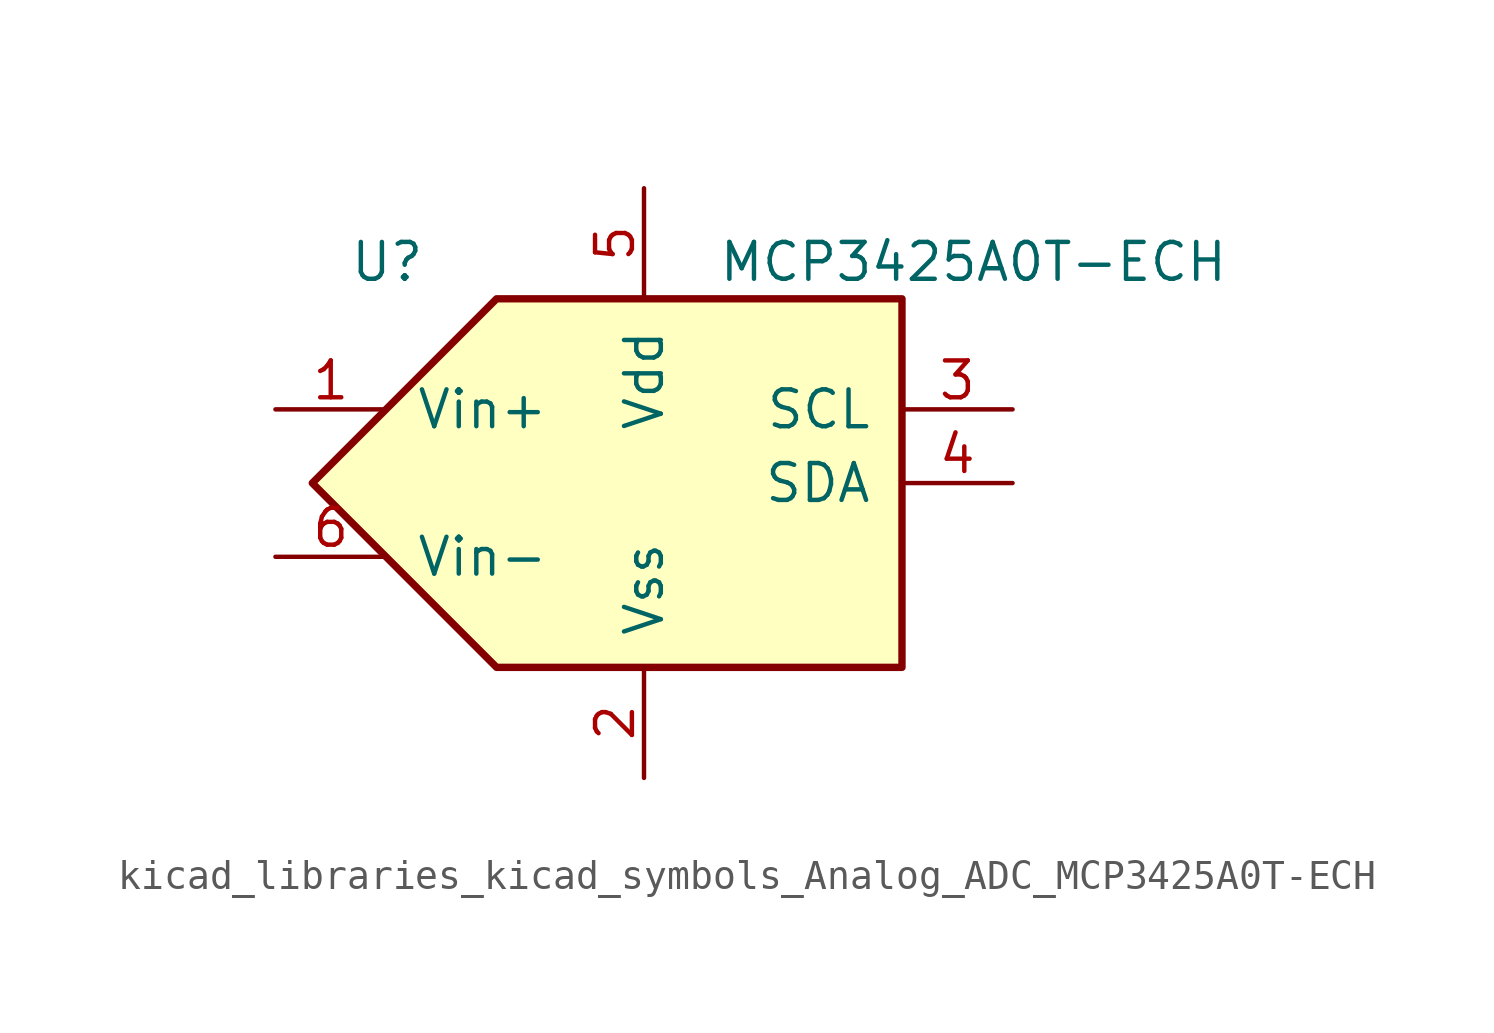
<source format=kicad_sym>
(kicad_symbol_lib
  (version 20220914)
  (generator kicad_symbol_editor)
  (symbol "kicad_libraries_kicad_symbols_Analog_ADC_MCP3425A0T-ECH"
    (pin_names
      (offset 1.016))
    (property "Reference" "U"
      (at -10.16 7.62 0)
      (effects (font (size 1.27 1.27)) (justify left)))
    (property "Value" "MCP3425A0T-ECH"
      (at 2.54 7.62 0)
      (effects (font (size 1.27 1.27)) (justify left)))
    (symbol "kicad_libraries_kicad_symbols_Analog_ADC_MCP3425A0T-ECH_0_1"
      (polyline (pts (xy -5.08 6.35) (xy 8.89 6.35) (xy 8.89 0) (xy 8.89 -6.35) (xy -5.08 -6.35) (xy -11.43 0) (xy -5.08 6.35)) (stroke (width 0.254) (type default)) (fill (type background))))
    (symbol "kicad_libraries_kicad_symbols_Analog_ADC_MCP3425A0T-ECH_1_1"
      (pin passive line (at -12.7 2.54 0) (length 3.81) (name "Vin+" (effects (font (size 1.27 1.27)))) (number "1" (effects (font (size 1.27 1.27)))))
      (pin power_in line (at 0 -10.16 90) (length 3.81) (name "Vss" (effects (font (size 1.27 1.27)))) (number "2" (effects (font (size 1.27 1.27)))))
      (pin input line (at 12.7 2.54 180) (length 3.81) (name "SCL" (effects (font (size 1.27 1.27)))) (number "3" (effects (font (size 1.27 1.27)))))
      (pin bidirectional line (at 12.7 0 180) (length 3.81) (name "SDA" (effects (font (size 1.27 1.27)))) (number "4" (effects (font (size 1.27 1.27)))))
      (pin power_in line (at 0 10.16 270) (length 3.81) (name "Vdd" (effects (font (size 1.27 1.27)))) (number "5" (effects (font (size 1.27 1.27)))))
      (pin passive line (at -12.7 -2.54 0) (length 3.81) (name "Vin-" (effects (font (size 1.27 1.27)))) (number "6" (effects (font (size 1.27 1.27))))))))
</source>
